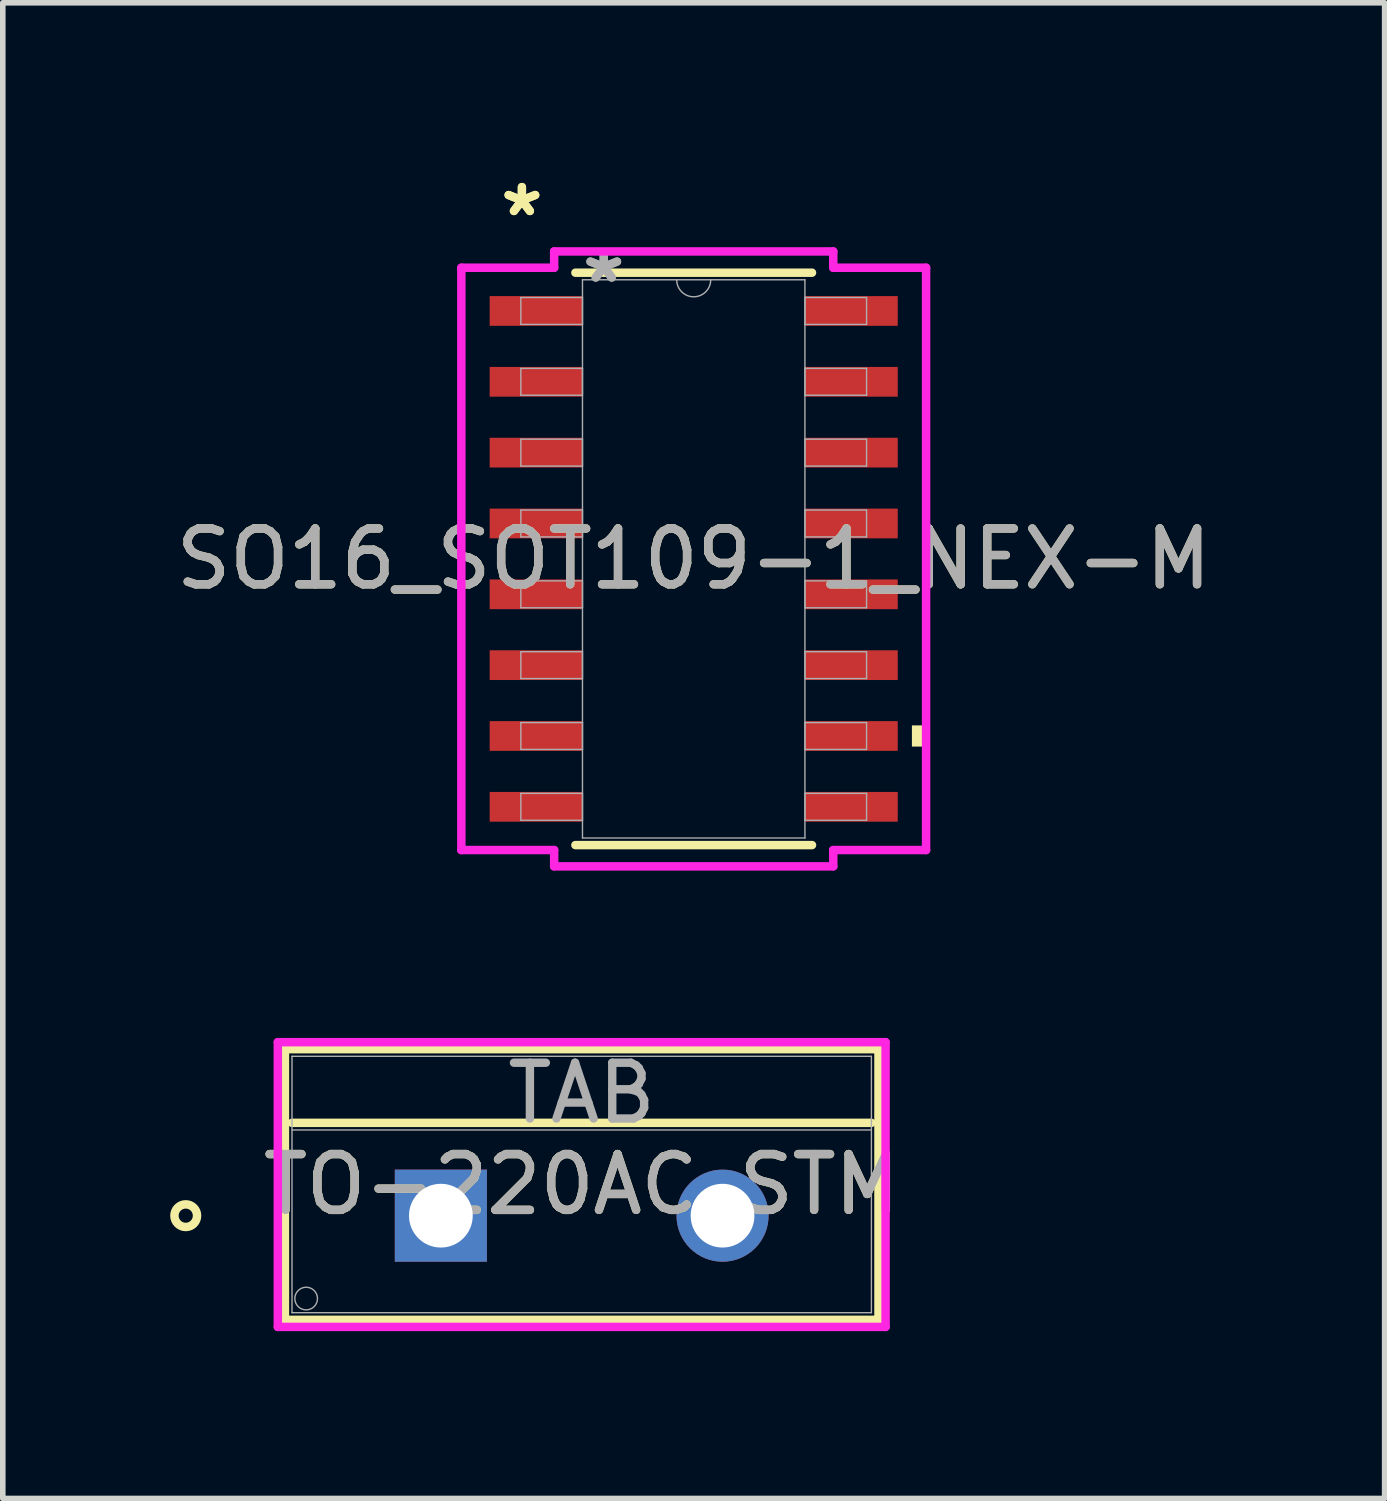
<source format=kicad_pcb>
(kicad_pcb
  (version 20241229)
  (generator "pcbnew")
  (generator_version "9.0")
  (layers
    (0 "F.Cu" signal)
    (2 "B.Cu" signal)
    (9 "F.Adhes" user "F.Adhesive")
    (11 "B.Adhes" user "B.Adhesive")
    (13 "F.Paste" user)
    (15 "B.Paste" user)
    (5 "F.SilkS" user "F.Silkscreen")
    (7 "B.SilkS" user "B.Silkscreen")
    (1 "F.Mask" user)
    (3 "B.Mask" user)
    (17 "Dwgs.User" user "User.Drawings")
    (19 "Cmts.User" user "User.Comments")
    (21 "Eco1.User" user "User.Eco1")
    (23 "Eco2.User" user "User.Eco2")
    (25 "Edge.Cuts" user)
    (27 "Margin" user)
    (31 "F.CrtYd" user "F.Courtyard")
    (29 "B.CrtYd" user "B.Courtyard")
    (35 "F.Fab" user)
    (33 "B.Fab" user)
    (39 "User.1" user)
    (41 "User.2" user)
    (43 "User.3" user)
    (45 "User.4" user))
  (footprint "TO-220AC_STM"
    (layer "F.Cu")
    (at 4.854 18.745)
    (property "Reference" "TO-220AC_STM" (at 2.525 -0.559 0) (unlocked yes) (layer "F.SilkS") (effects (font (size 1 1) (thickness 0.15))))
    (attr through_hole)
    (fp_line (start -2.796 -2.985) (end -2.796 1.867) (stroke (width 0.152) (type solid)) (layer "F.SilkS"))
    (fp_line (start -2.796 1.867) (end 7.846 1.867) (stroke (width 0.152) (type solid)) (layer "F.SilkS"))
    (fp_line (start -2.669 -1.664) (end 7.719 -1.664) (stroke (width 0.152) (type solid)) (layer "F.SilkS"))
    (fp_line (start 7.846 -2.985) (end -2.796 -2.985) (stroke (width 0.152) (type solid)) (layer "F.SilkS"))
    (fp_line (start 7.846 1.867) (end 7.846 -2.985) (stroke (width 0.152) (type solid)) (layer "F.SilkS"))
    (fp_circle (center -4.574 0) (end -4.371 0) (stroke (width 0.152) (type solid)) (fill no) (layer "F.SilkS"))
    (fp_line (start -2.923 -3.111) (end -2.923 1.994) (stroke (width 0.152) (type solid)) (layer "F.CrtYd"))
    (fp_line (start -2.923 1.994) (end 7.973 1.994) (stroke (width 0.152) (type solid)) (layer "F.CrtYd"))
    (fp_line (start 7.973 -3.111) (end -2.923 -3.111) (stroke (width 0.152) (type solid)) (layer "F.CrtYd"))
    (fp_line (start 7.973 1.994) (end 7.973 -3.111) (stroke (width 0.152) (type solid)) (layer "F.CrtYd"))
    (fp_line (start -2.669 -2.857) (end -2.669 1.74) (stroke (width 0.025) (type solid)) (layer "F.Fab"))
    (fp_line (start -2.669 -1.537) (end 7.719 -1.537) (stroke (width 0.025) (type solid)) (layer "F.Fab"))
    (fp_line (start -2.669 1.74) (end 7.719 1.74) (stroke (width 0.025) (type solid)) (layer "F.Fab"))
    (fp_line (start 7.719 -2.857) (end -2.669 -2.857) (stroke (width 0.025) (type solid)) (layer "F.Fab"))
    (fp_line (start 7.719 1.74) (end 7.719 -2.857) (stroke (width 0.025) (type solid)) (layer "F.Fab"))
    (fp_circle (center -2.415 1.486) (end -2.212 1.486) (stroke (width 0.025) (type solid)) (fill no) (layer "F.Fab"))
    (fp_text user "${REFERENCE}" (at 2.525 -0.559 0) (unlocked yes) (layer "F.Fab") (effects (font (size 1 1) (thickness 0.15))))
    (fp_text user "TAB" (at 2.525 -2.197 0) (unlocked yes) (layer "F.Fab") (effects (font (size 1 1) (thickness 0.15))))
    (pad "1" thru_hole rect (at 0 0) (size 1.651 1.651) (drill 1.143) (layers "*.Cu" "*.Mask"))
    (pad "2" thru_hole circle (at 5.05 0) (size 1.651 1.651) (drill 1.143) (layers "*.Cu" "*.Mask")))
  (footprint "SO16_SOT109-1_NEX-M"
    (layer "F.Cu")
    (at 9.387 6.97)
    (property "Reference" "SO16_SOT109-1_NEX-M" (at 0 0 0) (unlocked yes) (layer "F.SilkS") (effects (font (size 1 1) (thickness 0.15))))
    (attr smd)
    (fp_line (start -2.121 5.131) (end 2.121 5.131) (stroke (width 0.152) (type solid)) (layer "F.SilkS"))
    (fp_line (start 2.121 -5.131) (end -2.121 -5.131) (stroke (width 0.152) (type solid)) (layer "F.SilkS"))
    (fp_poly (pts (xy 4.166 2.985) (xy 4.166 3.365) (xy 3.912 3.365) (xy 3.912 2.985)) (stroke (width 0) (type solid)) (fill yes) (layer "F.SilkS"))
    (fp_line (start -4.166 -5.22) (end -2.502 -5.22) (stroke (width 0.152) (type solid)) (layer "F.CrtYd"))
    (fp_line (start -4.166 5.22) (end -4.166 -5.22) (stroke (width 0.152) (type solid)) (layer "F.CrtYd"))
    (fp_line (start -4.166 5.22) (end -2.502 5.22) (stroke (width 0.152) (type solid)) (layer "F.CrtYd"))
    (fp_line (start -2.502 -5.512) (end 2.502 -5.512) (stroke (width 0.152) (type solid)) (layer "F.CrtYd"))
    (fp_line (start -2.502 -5.22) (end -2.502 -5.512) (stroke (width 0.152) (type solid)) (layer "F.CrtYd"))
    (fp_line (start -2.502 5.512) (end -2.502 5.22) (stroke (width 0.152) (type solid)) (layer "F.CrtYd"))
    (fp_line (start 2.502 -5.512) (end 2.502 -5.22) (stroke (width 0.152) (type solid)) (layer "F.CrtYd"))
    (fp_line (start 2.502 5.22) (end 2.502 5.512) (stroke (width 0.152) (type solid)) (layer "F.CrtYd"))
    (fp_line (start 2.502 5.512) (end -2.502 5.512) (stroke (width 0.152) (type solid)) (layer "F.CrtYd"))
    (fp_line (start 4.166 -5.22) (end 2.502 -5.22) (stroke (width 0.152) (type solid)) (layer "F.CrtYd"))
    (fp_line (start 4.166 -5.22) (end 4.166 5.22) (stroke (width 0.152) (type solid)) (layer "F.CrtYd"))
    (fp_line (start 4.166 5.22) (end 2.502 5.22) (stroke (width 0.152) (type solid)) (layer "F.CrtYd"))
    (fp_line (start -3.099 -4.686) (end -3.099 -4.204) (stroke (width 0.025) (type solid)) (layer "F.Fab"))
    (fp_line (start -3.099 -4.204) (end -1.994 -4.204) (stroke (width 0.025) (type solid)) (layer "F.Fab"))
    (fp_line (start -3.099 -3.416) (end -3.099 -2.934) (stroke (width 0.025) (type solid)) (layer "F.Fab"))
    (fp_line (start -3.099 -2.934) (end -1.994 -2.934) (stroke (width 0.025) (type solid)) (layer "F.Fab"))
    (fp_line (start -3.099 -2.146) (end -3.099 -1.664) (stroke (width 0.025) (type solid)) (layer "F.Fab"))
    (fp_line (start -3.099 -1.664) (end -1.994 -1.664) (stroke (width 0.025) (type solid)) (layer "F.Fab"))
    (fp_line (start -3.099 -0.876) (end -3.099 -0.394) (stroke (width 0.025) (type solid)) (layer "F.Fab"))
    (fp_line (start -3.099 -0.394) (end -1.994 -0.394) (stroke (width 0.025) (type solid)) (layer "F.Fab"))
    (fp_line (start -3.099 0.394) (end -3.099 0.876) (stroke (width 0.025) (type solid)) (layer "F.Fab"))
    (fp_line (start -3.099 0.876) (end -1.994 0.876) (stroke (width 0.025) (type solid)) (layer "F.Fab"))
    (fp_line (start -3.099 1.664) (end -3.099 2.146) (stroke (width 0.025) (type solid)) (layer "F.Fab"))
    (fp_line (start -3.099 2.146) (end -1.994 2.146) (stroke (width 0.025) (type solid)) (layer "F.Fab"))
    (fp_line (start -3.099 2.934) (end -3.099 3.416) (stroke (width 0.025) (type solid)) (layer "F.Fab"))
    (fp_line (start -3.099 3.416) (end -1.994 3.416) (stroke (width 0.025) (type solid)) (layer "F.Fab"))
    (fp_line (start -3.099 4.204) (end -3.099 4.686) (stroke (width 0.025) (type solid)) (layer "F.Fab"))
    (fp_line (start -3.099 4.686) (end -1.994 4.686) (stroke (width 0.025) (type solid)) (layer "F.Fab"))
    (fp_line (start -1.994 -5.004) (end -1.994 5.004) (stroke (width 0.025) (type solid)) (layer "F.Fab"))
    (fp_line (start -1.994 -4.686) (end -3.099 -4.686) (stroke (width 0.025) (type solid)) (layer "F.Fab"))
    (fp_line (start -1.994 -4.204) (end -1.994 -4.686) (stroke (width 0.025) (type solid)) (layer "F.Fab"))
    (fp_line (start -1.994 -3.416) (end -3.099 -3.416) (stroke (width 0.025) (type solid)) (layer "F.Fab"))
    (fp_line (start -1.994 -2.934) (end -1.994 -3.416) (stroke (width 0.025) (type solid)) (layer "F.Fab"))
    (fp_line (start -1.994 -2.146) (end -3.099 -2.146) (stroke (width 0.025) (type solid)) (layer "F.Fab"))
    (fp_line (start -1.994 -1.664) (end -1.994 -2.146) (stroke (width 0.025) (type solid)) (layer "F.Fab"))
    (fp_line (start -1.994 -0.876) (end -3.099 -0.876) (stroke (width 0.025) (type solid)) (layer "F.Fab"))
    (fp_line (start -1.994 -0.394) (end -1.994 -0.876) (stroke (width 0.025) (type solid)) (layer "F.Fab"))
    (fp_line (start -1.994 0.394) (end -3.099 0.394) (stroke (width 0.025) (type solid)) (layer "F.Fab"))
    (fp_line (start -1.994 0.876) (end -1.994 0.394) (stroke (width 0.025) (type solid)) (layer "F.Fab"))
    (fp_line (start -1.994 1.664) (end -3.099 1.664) (stroke (width 0.025) (type solid)) (layer "F.Fab"))
    (fp_line (start -1.994 2.146) (end -1.994 1.664) (stroke (width 0.025) (type solid)) (layer "F.Fab"))
    (fp_line (start -1.994 2.934) (end -3.099 2.934) (stroke (width 0.025) (type solid)) (layer "F.Fab"))
    (fp_line (start -1.994 3.416) (end -1.994 2.934) (stroke (width 0.025) (type solid)) (layer "F.Fab"))
    (fp_line (start -1.994 4.204) (end -3.099 4.204) (stroke (width 0.025) (type solid)) (layer "F.Fab"))
    (fp_line (start -1.994 4.686) (end -1.994 4.204) (stroke (width 0.025) (type solid)) (layer "F.Fab"))
    (fp_line (start -1.994 5.004) (end 1.994 5.004) (stroke (width 0.025) (type solid)) (layer "F.Fab"))
    (fp_line (start 1.994 -5.004) (end -1.994 -5.004) (stroke (width 0.025) (type solid)) (layer "F.Fab"))
    (fp_line (start 1.994 -4.686) (end 1.994 -4.204) (stroke (width 0.025) (type solid)) (layer "F.Fab"))
    (fp_line (start 1.994 -4.204) (end 3.099 -4.204) (stroke (width 0.025) (type solid)) (layer "F.Fab"))
    (fp_line (start 1.994 -3.416) (end 1.994 -2.934) (stroke (width 0.025) (type solid)) (layer "F.Fab"))
    (fp_line (start 1.994 -2.934) (end 3.099 -2.934) (stroke (width 0.025) (type solid)) (layer "F.Fab"))
    (fp_line (start 1.994 -2.146) (end 1.994 -1.664) (stroke (width 0.025) (type solid)) (layer "F.Fab"))
    (fp_line (start 1.994 -1.664) (end 3.099 -1.664) (stroke (width 0.025) (type solid)) (layer "F.Fab"))
    (fp_line (start 1.994 -0.876) (end 1.994 -0.394) (stroke (width 0.025) (type solid)) (layer "F.Fab"))
    (fp_line (start 1.994 -0.394) (end 3.099 -0.394) (stroke (width 0.025) (type solid)) (layer "F.Fab"))
    (fp_line (start 1.994 0.394) (end 1.994 0.876) (stroke (width 0.025) (type solid)) (layer "F.Fab"))
    (fp_line (start 1.994 0.876) (end 3.099 0.876) (stroke (width 0.025) (type solid)) (layer "F.Fab"))
    (fp_line (start 1.994 1.664) (end 1.994 2.146) (stroke (width 0.025) (type solid)) (layer "F.Fab"))
    (fp_line (start 1.994 2.146) (end 3.099 2.146) (stroke (width 0.025) (type solid)) (layer "F.Fab"))
    (fp_line (start 1.994 2.934) (end 1.994 3.416) (stroke (width 0.025) (type solid)) (layer "F.Fab"))
    (fp_line (start 1.994 3.416) (end 3.099 3.416) (stroke (width 0.025) (type solid)) (layer "F.Fab"))
    (fp_line (start 1.994 4.204) (end 1.994 4.686) (stroke (width 0.025) (type solid)) (layer "F.Fab"))
    (fp_line (start 1.994 4.686) (end 3.099 4.686) (stroke (width 0.025) (type solid)) (layer "F.Fab"))
    (fp_line (start 1.994 5.004) (end 1.994 -5.004) (stroke (width 0.025) (type solid)) (layer "F.Fab"))
    (fp_line (start 3.099 -4.686) (end 1.994 -4.686) (stroke (width 0.025) (type solid)) (layer "F.Fab"))
    (fp_line (start 3.099 -4.204) (end 3.099 -4.686) (stroke (width 0.025) (type solid)) (layer "F.Fab"))
    (fp_line (start 3.099 -3.416) (end 1.994 -3.416) (stroke (width 0.025) (type solid)) (layer "F.Fab"))
    (fp_line (start 3.099 -2.934) (end 3.099 -3.416) (stroke (width 0.025) (type solid)) (layer "F.Fab"))
    (fp_line (start 3.099 -2.146) (end 1.994 -2.146) (stroke (width 0.025) (type solid)) (layer "F.Fab"))
    (fp_line (start 3.099 -1.664) (end 3.099 -2.146) (stroke (width 0.025) (type solid)) (layer "F.Fab"))
    (fp_line (start 3.099 -0.876) (end 1.994 -0.876) (stroke (width 0.025) (type solid)) (layer "F.Fab"))
    (fp_line (start 3.099 -0.394) (end 3.099 -0.876) (stroke (width 0.025) (type solid)) (layer "F.Fab"))
    (fp_line (start 3.099 0.394) (end 1.994 0.394) (stroke (width 0.025) (type solid)) (layer "F.Fab"))
    (fp_line (start 3.099 0.876) (end 3.099 0.394) (stroke (width 0.025) (type solid)) (layer "F.Fab"))
    (fp_line (start 3.099 1.664) (end 1.994 1.664) (stroke (width 0.025) (type solid)) (layer "F.Fab"))
    (fp_line (start 3.099 2.146) (end 3.099 1.664) (stroke (width 0.025) (type solid)) (layer "F.Fab"))
    (fp_line (start 3.099 2.934) (end 1.994 2.934) (stroke (width 0.025) (type solid)) (layer "F.Fab"))
    (fp_line (start 3.099 3.416) (end 3.099 2.934) (stroke (width 0.025) (type solid)) (layer "F.Fab"))
    (fp_line (start 3.099 4.204) (end 1.994 4.204) (stroke (width 0.025) (type solid)) (layer "F.Fab"))
    (fp_line (start 3.099 4.686) (end 3.099 4.204) (stroke (width 0.025) (type solid)) (layer "F.Fab"))
    (fp_arc (start 0.3048 -5.0038) (mid 0 -4.699) (end -0.3048 -5.0038) (stroke (width 0.0254) (type solid)) (layer "F.Fab"))
    (fp_text user "*" (at -3.08 -6.121 0) (layer "F.SilkS") (effects (font (size 1 1) (thickness 0.15))))
    (fp_text user "*" (at -3.08 -6.121 0) (unlocked yes) (layer "F.SilkS") (effects (font (size 1 1) (thickness 0.15))))
    (fp_text user "${REFERENCE}" (at 0 0 0) (unlocked yes) (layer "F.Fab") (effects (font (size 1 1) (thickness 0.15))))
    (fp_text user "*" (at -1.613 -4.928 0) (unlocked yes) (layer "F.Fab") (effects (font (size 1 1) (thickness 0.15))))
    (fp_text user "*" (at -1.613 -4.928 0) (layer "F.Fab") (effects (font (size 1 1) (thickness 0.15))))
    (pad "1" smd rect (at -2.826 -4.445) (size 1.664 0.533) (layers "F.Cu" "F.Mask" "F.Paste"))
    (pad "2" smd rect (at -2.826 -3.175) (size 1.664 0.533) (layers "F.Cu" "F.Mask" "F.Paste"))
    (pad "3" smd rect (at -2.826 -1.905) (size 1.664 0.533) (layers "F.Cu" "F.Mask" "F.Paste"))
    (pad "4" smd rect (at -2.826 -0.635) (size 1.664 0.533) (layers "F.Cu" "F.Mask" "F.Paste"))
    (pad "5" smd rect (at -2.826 0.635) (size 1.664 0.533) (layers "F.Cu" "F.Mask" "F.Paste"))
    (pad "6" smd rect (at -2.826 1.905) (size 1.664 0.533) (layers "F.Cu" "F.Mask" "F.Paste"))
    (pad "7" smd rect (at -2.826 3.175) (size 1.664 0.533) (layers "F.Cu" "F.Mask" "F.Paste"))
    (pad "8" smd rect (at -2.826 4.445) (size 1.664 0.533) (layers "F.Cu" "F.Mask" "F.Paste"))
    (pad "9" smd rect (at 2.826 4.445) (size 1.664 0.533) (layers "F.Cu" "F.Mask" "F.Paste"))
    (pad "10" smd rect (at 2.826 3.175) (size 1.664 0.533) (layers "F.Cu" "F.Mask" "F.Paste"))
    (pad "11" smd rect (at 2.826 1.905) (size 1.664 0.533) (layers "F.Cu" "F.Mask" "F.Paste"))
    (pad "12" smd rect (at 2.826 0.635) (size 1.664 0.533) (layers "F.Cu" "F.Mask" "F.Paste"))
    (pad "13" smd rect (at 2.826 -0.635) (size 1.664 0.533) (layers "F.Cu" "F.Mask" "F.Paste"))
    (pad "14" smd rect (at 2.826 -1.905) (size 1.664 0.533) (layers "F.Cu" "F.Mask" "F.Paste"))
    (pad "15" smd rect (at 2.826 -3.175) (size 1.664 0.533) (layers "F.Cu" "F.Mask" "F.Paste"))
    (pad "16" smd rect (at 2.826 -4.445) (size 1.664 0.533) (layers "F.Cu" "F.Mask" "F.Paste")))
  (gr_rect
    (start -3 -3)
    (end 21.774 23.815)
    (stroke (width 0.1) (type default))
    (fill no)
    (layer "Edge.Cuts")))
</source>
